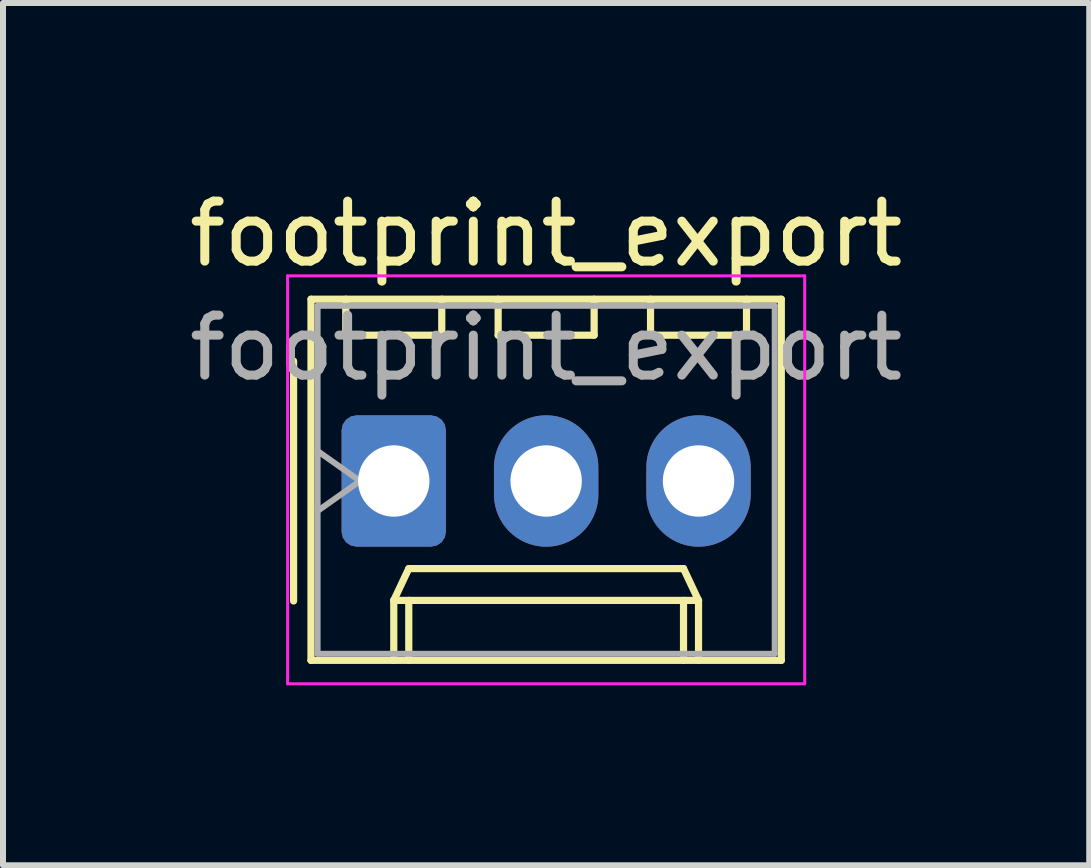
<source format=kicad_pcb>
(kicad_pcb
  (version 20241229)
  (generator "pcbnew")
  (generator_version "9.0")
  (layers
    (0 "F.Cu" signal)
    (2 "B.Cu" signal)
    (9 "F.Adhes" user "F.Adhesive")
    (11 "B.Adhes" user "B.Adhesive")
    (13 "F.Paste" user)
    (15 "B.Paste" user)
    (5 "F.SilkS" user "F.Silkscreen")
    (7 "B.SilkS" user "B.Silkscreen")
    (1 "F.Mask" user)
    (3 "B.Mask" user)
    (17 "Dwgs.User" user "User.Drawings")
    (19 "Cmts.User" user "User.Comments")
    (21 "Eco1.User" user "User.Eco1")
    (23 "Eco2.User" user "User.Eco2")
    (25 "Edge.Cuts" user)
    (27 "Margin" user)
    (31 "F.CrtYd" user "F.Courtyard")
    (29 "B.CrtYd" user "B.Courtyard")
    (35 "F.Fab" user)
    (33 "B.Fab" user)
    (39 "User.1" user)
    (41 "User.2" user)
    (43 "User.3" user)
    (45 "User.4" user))
  (footprint "footprint_export"
    (layer "F.Cu")
    (at 3.514 4.968)
    (property "Reference" "footprint_export" (at 2.54 -4.12 0) (layer "F.SilkS") (effects (font (size 1 1) (thickness 0.15))))
    (attr through_hole)
    (fp_line (start -1.67 -2) (end -1.67 2) (stroke (width 0.12) (type solid)) (layer "F.SilkS"))
    (fp_line (start -1.38 -3.03) (end -1.38 2.99) (stroke (width 0.12) (type solid)) (layer "F.SilkS"))
    (fp_line (start -1.38 2.99) (end 6.46 2.99) (stroke (width 0.12) (type solid)) (layer "F.SilkS"))
    (fp_line (start -0.8 -3.03) (end -0.8 -2.43) (stroke (width 0.12) (type solid)) (layer "F.SilkS"))
    (fp_line (start -0.8 -2.43) (end 0.8 -2.43) (stroke (width 0.12) (type solid)) (layer "F.SilkS"))
    (fp_line (start 0 1.99) (end 0.25 1.46) (stroke (width 0.12) (type solid)) (layer "F.SilkS"))
    (fp_line (start 0 1.99) (end 5.08 1.99) (stroke (width 0.12) (type solid)) (layer "F.SilkS"))
    (fp_line (start 0 2.99) (end 0 1.99) (stroke (width 0.12) (type solid)) (layer "F.SilkS"))
    (fp_line (start 0.25 1.46) (end 4.83 1.46) (stroke (width 0.12) (type solid)) (layer "F.SilkS"))
    (fp_line (start 0.25 2.99) (end 0.25 1.99) (stroke (width 0.12) (type solid)) (layer "F.SilkS"))
    (fp_line (start 0.8 -2.43) (end 0.8 -3.03) (stroke (width 0.12) (type solid)) (layer "F.SilkS"))
    (fp_line (start 1.74 -3.03) (end 1.74 -2.43) (stroke (width 0.12) (type solid)) (layer "F.SilkS"))
    (fp_line (start 1.74 -2.43) (end 3.34 -2.43) (stroke (width 0.12) (type solid)) (layer "F.SilkS"))
    (fp_line (start 3.34 -2.43) (end 3.34 -3.03) (stroke (width 0.12) (type solid)) (layer "F.SilkS"))
    (fp_line (start 4.28 -3.03) (end 4.28 -2.43) (stroke (width 0.12) (type solid)) (layer "F.SilkS"))
    (fp_line (start 4.28 -2.43) (end 5.88 -2.43) (stroke (width 0.12) (type solid)) (layer "F.SilkS"))
    (fp_line (start 4.83 1.46) (end 5.08 1.99) (stroke (width 0.12) (type solid)) (layer "F.SilkS"))
    (fp_line (start 4.83 2.99) (end 4.83 1.99) (stroke (width 0.12) (type solid)) (layer "F.SilkS"))
    (fp_line (start 5.08 1.99) (end 5.08 2.99) (stroke (width 0.12) (type solid)) (layer "F.SilkS"))
    (fp_line (start 5.88 -2.43) (end 5.88 -3.03) (stroke (width 0.12) (type solid)) (layer "F.SilkS"))
    (fp_line (start 6.46 -3.03) (end -1.38 -3.03) (stroke (width 0.12) (type solid)) (layer "F.SilkS"))
    (fp_line (start 6.46 2.99) (end 6.46 -3.03) (stroke (width 0.12) (type solid)) (layer "F.SilkS"))
    (fp_line (start -1.77 -3.42) (end -1.77 3.38) (stroke (width 0.05) (type solid)) (layer "F.CrtYd"))
    (fp_line (start -1.77 3.38) (end 6.85 3.38) (stroke (width 0.05) (type solid)) (layer "F.CrtYd"))
    (fp_line (start 6.85 -3.42) (end -1.77 -3.42) (stroke (width 0.05) (type solid)) (layer "F.CrtYd"))
    (fp_line (start 6.85 3.38) (end 6.85 -3.42) (stroke (width 0.05) (type solid)) (layer "F.CrtYd"))
    (fp_line (start -1.27 -2.92) (end -1.27 2.88) (stroke (width 0.1) (type solid)) (layer "F.Fab"))
    (fp_line (start -1.27 -0.5) (end -0.563 0) (stroke (width 0.1) (type solid)) (layer "F.Fab"))
    (fp_line (start -1.27 2.88) (end 6.35 2.88) (stroke (width 0.1) (type solid)) (layer "F.Fab"))
    (fp_line (start -0.563 0) (end -1.27 0.5) (stroke (width 0.1) (type solid)) (layer "F.Fab"))
    (fp_line (start 6.35 -2.92) (end -1.27 -2.92) (stroke (width 0.1) (type solid)) (layer "F.Fab"))
    (fp_line (start 6.35 2.88) (end 6.35 -2.92) (stroke (width 0.1) (type solid)) (layer "F.Fab"))
    (fp_text user "${REFERENCE}" (at 2.54 -2.22 0) (layer "F.Fab") (effects (font (size 1 1) (thickness 0.15))))
    (pad "1" thru_hole roundrect (at 0 0) (size 1.74 2.19) (drill 1.19) (layers "*.Cu" "*.Mask") (roundrect_rratio 0.144))
    (pad "2" thru_hole oval (at 2.54 0) (size 1.74 2.19) (drill 1.19) (layers "*.Cu" "*.Mask"))
    (pad "3" thru_hole oval (at 5.08 0) (size 1.74 2.19) (drill 1.19) (layers "*.Cu" "*.Mask")))
  (gr_rect
    (start -3 -3)
    (end 15.107 11.373)
    (stroke (width 0.1) (type default))
    (fill no)
    (layer "Edge.Cuts")))
</source>
